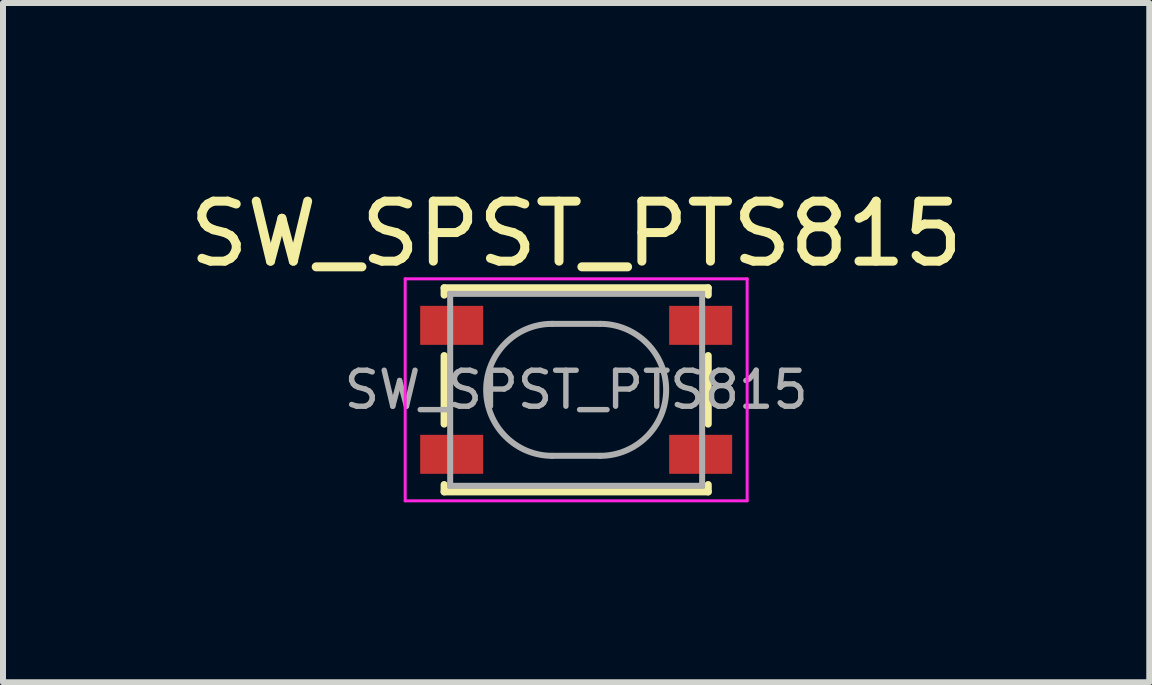
<source format=kicad_pcb>
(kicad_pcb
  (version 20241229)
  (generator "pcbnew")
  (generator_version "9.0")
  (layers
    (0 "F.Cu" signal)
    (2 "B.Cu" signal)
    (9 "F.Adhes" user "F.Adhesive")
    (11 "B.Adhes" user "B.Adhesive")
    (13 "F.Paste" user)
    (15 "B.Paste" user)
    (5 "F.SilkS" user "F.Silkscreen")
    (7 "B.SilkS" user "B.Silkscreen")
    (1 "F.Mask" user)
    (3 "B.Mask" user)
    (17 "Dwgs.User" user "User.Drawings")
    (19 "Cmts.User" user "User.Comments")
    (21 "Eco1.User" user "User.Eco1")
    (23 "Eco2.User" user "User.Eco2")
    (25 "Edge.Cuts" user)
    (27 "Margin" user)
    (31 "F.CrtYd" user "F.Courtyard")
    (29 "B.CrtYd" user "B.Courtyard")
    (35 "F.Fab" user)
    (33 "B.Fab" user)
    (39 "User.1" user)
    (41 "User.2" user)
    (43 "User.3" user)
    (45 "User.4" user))
  (footprint "SW_SPST_PTS815"
    (layer "F.Cu")
    (at 6.554 3.448)
    (property "Reference" "SW_SPST_PTS815" (at 0 -2.6 0) (layer "F.SilkS") (effects (font (size 1 1) (thickness 0.15))))
    (attr smd)
    (fp_line (start -2.2 -1.7) (end -2.2 -1.58) (stroke (width 0.12) (type solid)) (layer "F.SilkS"))
    (fp_line (start -2.2 -0.57) (end -2.2 0.57) (stroke (width 0.12) (type solid)) (layer "F.SilkS"))
    (fp_line (start -2.2 1.58) (end -2.2 1.7) (stroke (width 0.12) (type solid)) (layer "F.SilkS"))
    (fp_line (start -2.2 1.7) (end 2.2 1.7) (stroke (width 0.12) (type solid)) (layer "F.SilkS"))
    (fp_line (start 2.2 -1.7) (end -2.2 -1.7) (stroke (width 0.12) (type solid)) (layer "F.SilkS"))
    (fp_line (start 2.2 -1.58) (end 2.2 -1.7) (stroke (width 0.12) (type solid)) (layer "F.SilkS"))
    (fp_line (start 2.2 0.57) (end 2.2 -0.57) (stroke (width 0.12) (type solid)) (layer "F.SilkS"))
    (fp_line (start 2.2 1.7) (end 2.2 1.58) (stroke (width 0.12) (type solid)) (layer "F.SilkS"))
    (fp_line (start -2.85 -1.85) (end 2.85 -1.85) (stroke (width 0.05) (type solid)) (layer "F.CrtYd"))
    (fp_line (start -2.85 1.85) (end -2.85 -1.85) (stroke (width 0.05) (type solid)) (layer "F.CrtYd"))
    (fp_line (start 2.85 -1.85) (end 2.85 1.85) (stroke (width 0.05) (type solid)) (layer "F.CrtYd"))
    (fp_line (start 2.85 1.85) (end -2.85 1.85) (stroke (width 0.05) (type solid)) (layer "F.CrtYd"))
    (fp_line (start -2.1 -1.6) (end -2.1 1.6) (stroke (width 0.1) (type solid)) (layer "F.Fab"))
    (fp_line (start -2.1 1.6) (end 2.1 1.6) (stroke (width 0.1) (type solid)) (layer "F.Fab"))
    (fp_line (start -0.4 -1.1) (end 0.4 -1.1) (stroke (width 0.1) (type solid)) (layer "F.Fab"))
    (fp_line (start 0.4 1.1) (end -0.4 1.1) (stroke (width 0.1) (type solid)) (layer "F.Fab"))
    (fp_line (start 2.1 -1.6) (end -2.1 -1.6) (stroke (width 0.1) (type solid)) (layer "F.Fab"))
    (fp_line (start 2.1 1.6) (end 2.1 -1.6) (stroke (width 0.1) (type solid)) (layer "F.Fab"))
    (fp_arc (start -0.4 1.1) (mid -1.5 0) (end -0.4 -1.1) (stroke (width 0.1) (type solid)) (layer "F.Fab"))
    (fp_arc (start 0.4 -1.1) (mid 1.5 0) (end 0.4 1.1) (stroke (width 0.1) (type solid)) (layer "F.Fab"))
    (fp_text user "${REFERENCE}" (at 0 0 0) (layer "F.Fab") (effects (font (size 0.6 0.6) (thickness 0.09))))
    (pad "" smd rect (at -2.075 -1.075) (size 1.05 0.65) (layers "F.Cu" "F.Mask" "F.Paste"))
    (pad "1" smd rect (at 2.075 -1.075) (size 1.05 0.65) (layers "F.Cu" "F.Mask" "F.Paste"))
    (pad "2" smd rect (at 2.075 1.075) (size 1.05 0.65) (layers "F.Cu" "F.Mask" "F.Paste"))
    (pad "~" smd rect (at -2.075 1.075) (size 1.05 0.65) (layers "F.Cu" "F.Mask" "F.Paste")))
  (gr_rect
    (start -3 -3)
    (end 16.107 8.323)
    (stroke (width 0.1) (type default))
    (fill no)
    (layer "Edge.Cuts")))
</source>
